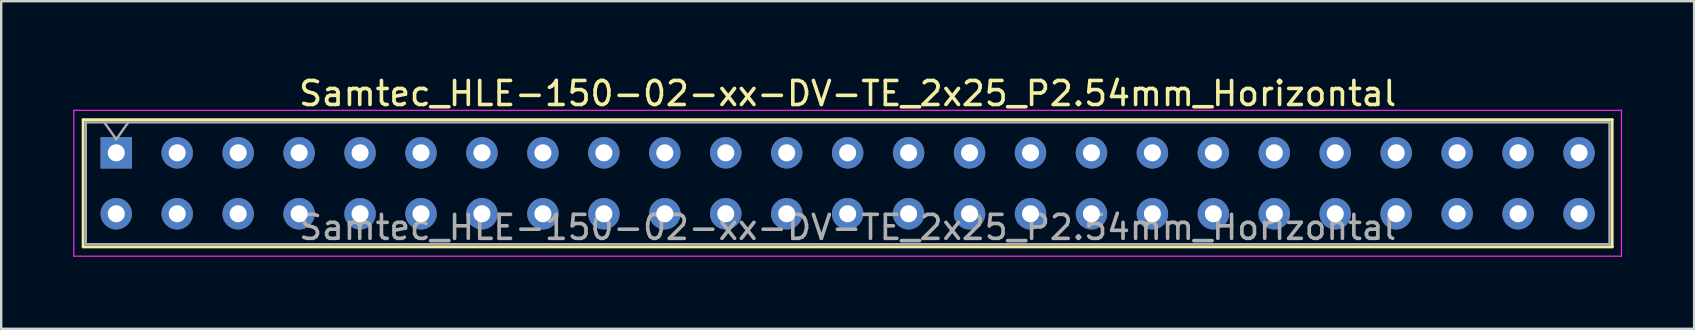
<source format=kicad_pcb>
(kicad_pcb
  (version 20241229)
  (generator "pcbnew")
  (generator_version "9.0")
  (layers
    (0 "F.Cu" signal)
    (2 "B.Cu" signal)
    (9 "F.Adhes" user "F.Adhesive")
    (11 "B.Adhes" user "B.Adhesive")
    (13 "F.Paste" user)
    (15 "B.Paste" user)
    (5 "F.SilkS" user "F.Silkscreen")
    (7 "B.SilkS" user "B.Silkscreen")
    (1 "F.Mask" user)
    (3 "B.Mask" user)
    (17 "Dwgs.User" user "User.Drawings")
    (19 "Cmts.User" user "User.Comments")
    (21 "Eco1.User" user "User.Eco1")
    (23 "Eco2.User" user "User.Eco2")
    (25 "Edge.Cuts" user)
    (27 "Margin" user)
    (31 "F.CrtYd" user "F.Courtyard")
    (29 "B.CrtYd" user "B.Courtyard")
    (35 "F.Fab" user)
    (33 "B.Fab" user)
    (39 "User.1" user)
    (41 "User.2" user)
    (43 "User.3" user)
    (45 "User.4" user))
  (footprint "Samtec_HLE-150-02-xx-DV-TE_2x25_P2.54mm_Horizontal"
    (layer "F.Cu")
    (at 1.795 3.318)
    (property "Reference" "Samtec_HLE-150-02-xx-DV-TE_2x25_P2.54mm_Horizontal" (at 30.48 -2.47 0) (layer "F.SilkS") (effects (font (size 1 1) (thickness 0.15))))
    (attr through_hole)
    (fp_line (start -1.38 -1.38) (end 62.34 -1.38) (stroke (width 0.12) (type solid)) (layer "F.SilkS"))
    (fp_line (start -1.38 3.92) (end -1.38 -1.38) (stroke (width 0.12) (type solid)) (layer "F.SilkS"))
    (fp_line (start 62.34 -1.38) (end 62.34 3.92) (stroke (width 0.12) (type solid)) (layer "F.SilkS"))
    (fp_line (start 62.34 3.92) (end -1.38 3.92) (stroke (width 0.12) (type solid)) (layer "F.SilkS"))
    (fp_line (start -1.77 -1.77) (end 62.73 -1.77) (stroke (width 0.05) (type solid)) (layer "F.CrtYd"))
    (fp_line (start -1.77 4.31) (end -1.77 -1.77) (stroke (width 0.05) (type solid)) (layer "F.CrtYd"))
    (fp_line (start 62.73 -1.77) (end 62.73 4.31) (stroke (width 0.05) (type solid)) (layer "F.CrtYd"))
    (fp_line (start 62.73 4.31) (end -1.77 4.31) (stroke (width 0.05) (type solid)) (layer "F.CrtYd"))
    (fp_line (start -1.27 -1.27) (end 62.23 -1.27) (stroke (width 0.1) (type solid)) (layer "F.Fab"))
    (fp_line (start -1.27 3.81) (end -1.27 -1.27) (stroke (width 0.1) (type solid)) (layer "F.Fab"))
    (fp_line (start -0.5 -1.27) (end 0 -0.563) (stroke (width 0.1) (type solid)) (layer "F.Fab"))
    (fp_line (start 0 -0.563) (end 0.5 -1.27) (stroke (width 0.1) (type solid)) (layer "F.Fab"))
    (fp_line (start 62.23 -1.27) (end 62.23 3.81) (stroke (width 0.1) (type solid)) (layer "F.Fab"))
    (fp_line (start 62.23 3.81) (end -1.27 3.81) (stroke (width 0.1) (type solid)) (layer "F.Fab"))
    (fp_text user "${REFERENCE}" (at 30.48 3.11 0) (layer "F.Fab") (effects (font (size 1 1) (thickness 0.15))))
    (pad "1" thru_hole rect (at 0 0) (size 1.31 1.31) (drill 0.71) (layers "*.Cu" "*.Mask"))
    (pad "2" thru_hole circle (at 0 2.54) (size 1.31 1.31) (drill 0.71) (layers "*.Cu" "*.Mask"))
    (pad "3" thru_hole circle (at 2.54 0) (size 1.31 1.31) (drill 0.71) (layers "*.Cu" "*.Mask"))
    (pad "4" thru_hole circle (at 2.54 2.54) (size 1.31 1.31) (drill 0.71) (layers "*.Cu" "*.Mask"))
    (pad "5" thru_hole circle (at 5.08 0) (size 1.31 1.31) (drill 0.71) (layers "*.Cu" "*.Mask"))
    (pad "6" thru_hole circle (at 5.08 2.54) (size 1.31 1.31) (drill 0.71) (layers "*.Cu" "*.Mask"))
    (pad "7" thru_hole circle (at 7.62 0) (size 1.31 1.31) (drill 0.71) (layers "*.Cu" "*.Mask"))
    (pad "8" thru_hole circle (at 7.62 2.54) (size 1.31 1.31) (drill 0.71) (layers "*.Cu" "*.Mask"))
    (pad "9" thru_hole circle (at 10.16 0) (size 1.31 1.31) (drill 0.71) (layers "*.Cu" "*.Mask"))
    (pad "10" thru_hole circle (at 10.16 2.54) (size 1.31 1.31) (drill 0.71) (layers "*.Cu" "*.Mask"))
    (pad "11" thru_hole circle (at 12.7 0) (size 1.31 1.31) (drill 0.71) (layers "*.Cu" "*.Mask"))
    (pad "12" thru_hole circle (at 12.7 2.54) (size 1.31 1.31) (drill 0.71) (layers "*.Cu" "*.Mask"))
    (pad "13" thru_hole circle (at 15.24 0) (size 1.31 1.31) (drill 0.71) (layers "*.Cu" "*.Mask"))
    (pad "14" thru_hole circle (at 15.24 2.54) (size 1.31 1.31) (drill 0.71) (layers "*.Cu" "*.Mask"))
    (pad "15" thru_hole circle (at 17.78 0) (size 1.31 1.31) (drill 0.71) (layers "*.Cu" "*.Mask"))
    (pad "16" thru_hole circle (at 17.78 2.54) (size 1.31 1.31) (drill 0.71) (layers "*.Cu" "*.Mask"))
    (pad "17" thru_hole circle (at 20.32 0) (size 1.31 1.31) (drill 0.71) (layers "*.Cu" "*.Mask"))
    (pad "18" thru_hole circle (at 20.32 2.54) (size 1.31 1.31) (drill 0.71) (layers "*.Cu" "*.Mask"))
    (pad "19" thru_hole circle (at 22.86 0) (size 1.31 1.31) (drill 0.71) (layers "*.Cu" "*.Mask"))
    (pad "20" thru_hole circle (at 22.86 2.54) (size 1.31 1.31) (drill 0.71) (layers "*.Cu" "*.Mask"))
    (pad "21" thru_hole circle (at 25.4 0) (size 1.31 1.31) (drill 0.71) (layers "*.Cu" "*.Mask"))
    (pad "22" thru_hole circle (at 25.4 2.54) (size 1.31 1.31) (drill 0.71) (layers "*.Cu" "*.Mask"))
    (pad "23" thru_hole circle (at 27.94 0) (size 1.31 1.31) (drill 0.71) (layers "*.Cu" "*.Mask"))
    (pad "24" thru_hole circle (at 27.94 2.54) (size 1.31 1.31) (drill 0.71) (layers "*.Cu" "*.Mask"))
    (pad "25" thru_hole circle (at 30.48 0) (size 1.31 1.31) (drill 0.71) (layers "*.Cu" "*.Mask"))
    (pad "26" thru_hole circle (at 30.48 2.54) (size 1.31 1.31) (drill 0.71) (layers "*.Cu" "*.Mask"))
    (pad "27" thru_hole circle (at 33.02 0) (size 1.31 1.31) (drill 0.71) (layers "*.Cu" "*.Mask"))
    (pad "28" thru_hole circle (at 33.02 2.54) (size 1.31 1.31) (drill 0.71) (layers "*.Cu" "*.Mask"))
    (pad "29" thru_hole circle (at 35.56 0) (size 1.31 1.31) (drill 0.71) (layers "*.Cu" "*.Mask"))
    (pad "30" thru_hole circle (at 35.56 2.54) (size 1.31 1.31) (drill 0.71) (layers "*.Cu" "*.Mask"))
    (pad "31" thru_hole circle (at 38.1 0) (size 1.31 1.31) (drill 0.71) (layers "*.Cu" "*.Mask"))
    (pad "32" thru_hole circle (at 38.1 2.54) (size 1.31 1.31) (drill 0.71) (layers "*.Cu" "*.Mask"))
    (pad "33" thru_hole circle (at 40.64 0) (size 1.31 1.31) (drill 0.71) (layers "*.Cu" "*.Mask"))
    (pad "34" thru_hole circle (at 40.64 2.54) (size 1.31 1.31) (drill 0.71) (layers "*.Cu" "*.Mask"))
    (pad "35" thru_hole circle (at 43.18 0) (size 1.31 1.31) (drill 0.71) (layers "*.Cu" "*.Mask"))
    (pad "36" thru_hole circle (at 43.18 2.54) (size 1.31 1.31) (drill 0.71) (layers "*.Cu" "*.Mask"))
    (pad "37" thru_hole circle (at 45.72 0) (size 1.31 1.31) (drill 0.71) (layers "*.Cu" "*.Mask"))
    (pad "38" thru_hole circle (at 45.72 2.54) (size 1.31 1.31) (drill 0.71) (layers "*.Cu" "*.Mask"))
    (pad "39" thru_hole circle (at 48.26 0) (size 1.31 1.31) (drill 0.71) (layers "*.Cu" "*.Mask"))
    (pad "40" thru_hole circle (at 48.26 2.54) (size 1.31 1.31) (drill 0.71) (layers "*.Cu" "*.Mask"))
    (pad "41" thru_hole circle (at 50.8 0) (size 1.31 1.31) (drill 0.71) (layers "*.Cu" "*.Mask"))
    (pad "42" thru_hole circle (at 50.8 2.54) (size 1.31 1.31) (drill 0.71) (layers "*.Cu" "*.Mask"))
    (pad "43" thru_hole circle (at 53.34 0) (size 1.31 1.31) (drill 0.71) (layers "*.Cu" "*.Mask"))
    (pad "44" thru_hole circle (at 53.34 2.54) (size 1.31 1.31) (drill 0.71) (layers "*.Cu" "*.Mask"))
    (pad "45" thru_hole circle (at 55.88 0) (size 1.31 1.31) (drill 0.71) (layers "*.Cu" "*.Mask"))
    (pad "46" thru_hole circle (at 55.88 2.54) (size 1.31 1.31) (drill 0.71) (layers "*.Cu" "*.Mask"))
    (pad "47" thru_hole circle (at 58.42 0) (size 1.31 1.31) (drill 0.71) (layers "*.Cu" "*.Mask"))
    (pad "48" thru_hole circle (at 58.42 2.54) (size 1.31 1.31) (drill 0.71) (layers "*.Cu" "*.Mask"))
    (pad "49" thru_hole circle (at 60.96 0) (size 1.31 1.31) (drill 0.71) (layers "*.Cu" "*.Mask"))
    (pad "50" thru_hole circle (at 60.96 2.54) (size 1.31 1.31) (drill 0.71) (layers "*.Cu" "*.Mask")))
  (gr_rect
    (start -3 -3)
    (end 67.55 10.653)
    (stroke (width 0.1) (type default))
    (fill no)
    (layer "Edge.Cuts")))
</source>
